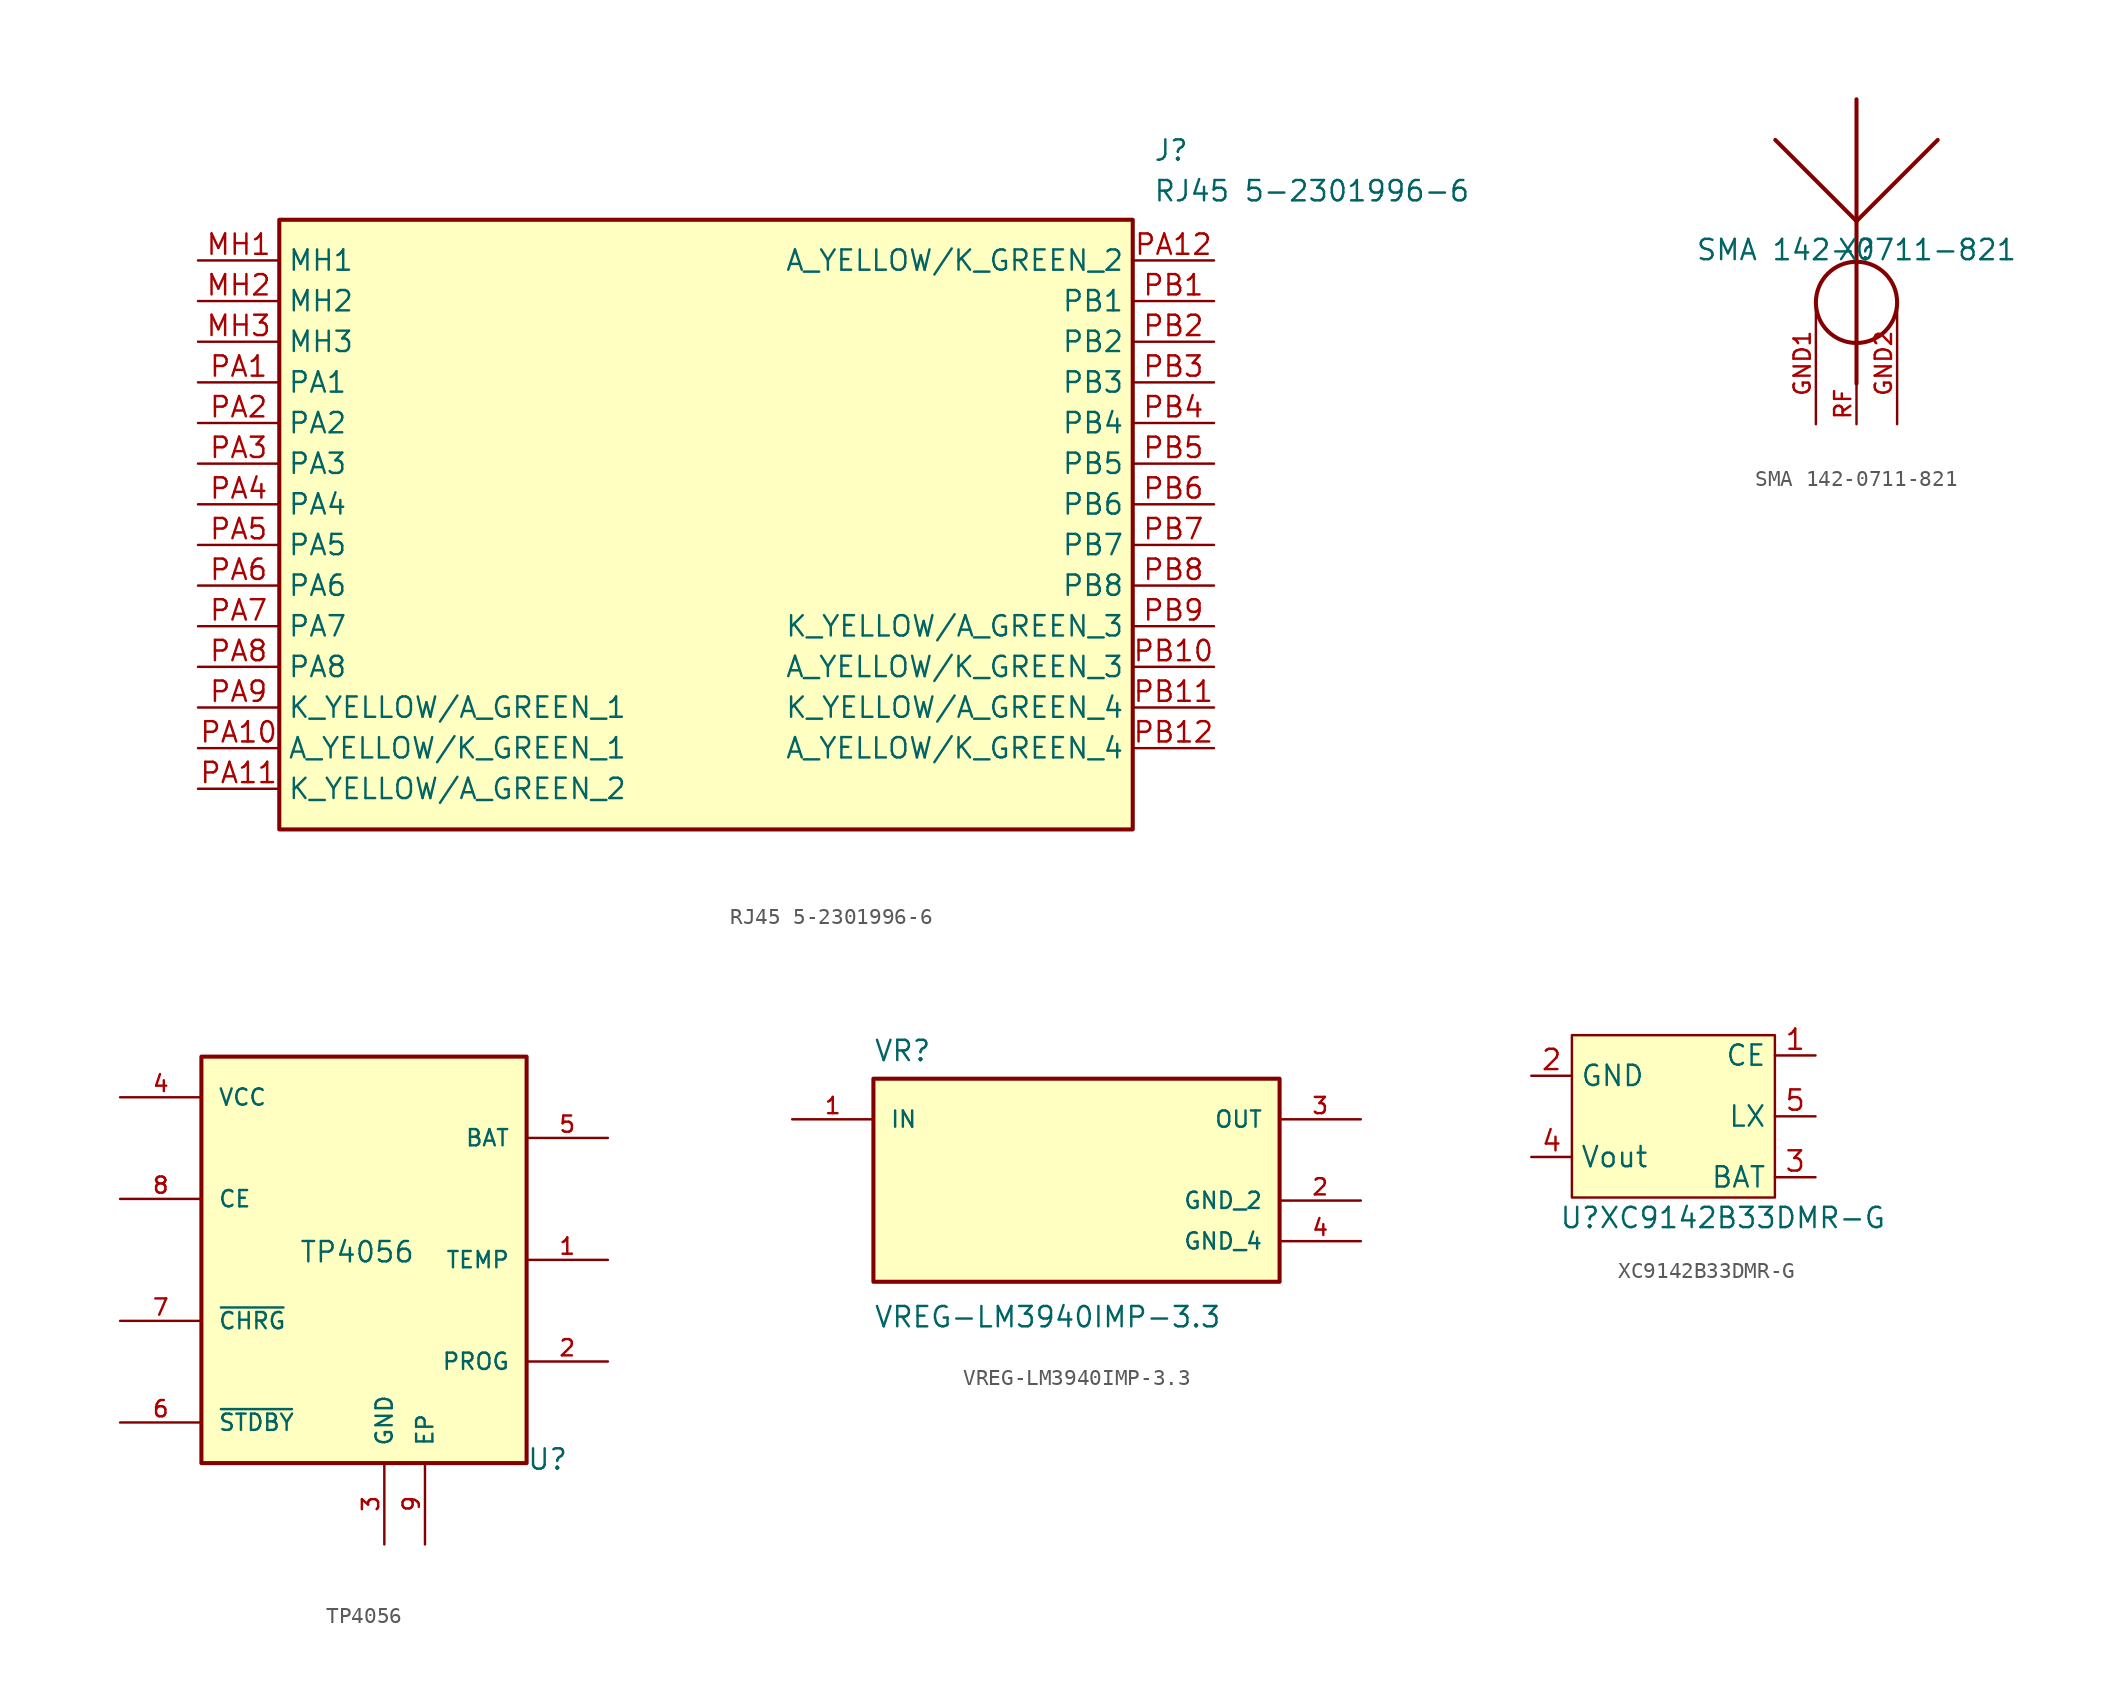
<source format=kicad_sym>
(kicad_symbol_lib
  (version 20231120)
  (generator "kicad_symbol_editor")
  (generator_version "8.0")
  (symbol "RJ45 5-2301996-6"
    (property "Reference" "J"
      (at 59.69 7.62 0)
      (effects (font (size 1.27 1.27)) (justify left top)))
    (property "Value" "RJ45 5-2301996-6"
      (at 59.69 5.08 0)
      (effects (font (size 1.27 1.27)) (justify left top)))
    (symbol "RJ45 5-2301996-6_1_1"
      (rectangle (start 5.08 2.54) (end 58.42 -35.56) (stroke (width 0.254) (type default)) (fill (type background)))
      (pin passive line (at 0 0 0) (length 5.08) (name "MH1" (effects (font (size 1.27 1.27)))) (number "MH1" (effects (font (size 1.27 1.27)))))
      (pin passive line (at 0 -2.54 0) (length 5.08) (name "MH2" (effects (font (size 1.27 1.27)))) (number "MH2" (effects (font (size 1.27 1.27)))))
      (pin passive line (at 0 -5.08 0) (length 5.08) (name "MH3" (effects (font (size 1.27 1.27)))) (number "MH3" (effects (font (size 1.27 1.27)))))
      (pin passive line (at 0 -7.62 0) (length 5.08) (name "PA1" (effects (font (size 1.27 1.27)))) (number "PA1" (effects (font (size 1.27 1.27)))))
      (pin passive line (at 0 -30.48 0) (length 5.08) (name "A_YELLOW/K_GREEN_1" (effects (font (size 1.27 1.27)))) (number "PA10" (effects (font (size 1.27 1.27)))))
      (pin passive line (at 0 -33.02 0) (length 5.08) (name "K_YELLOW/A_GREEN_2" (effects (font (size 1.27 1.27)))) (number "PA11" (effects (font (size 1.27 1.27)))))
      (pin passive line (at 63.5 0 180) (length 5.08) (name "A_YELLOW/K_GREEN_2" (effects (font (size 1.27 1.27)))) (number "PA12" (effects (font (size 1.27 1.27)))))
      (pin passive line (at 0 -10.16 0) (length 5.08) (name "PA2" (effects (font (size 1.27 1.27)))) (number "PA2" (effects (font (size 1.27 1.27)))))
      (pin passive line (at 0 -12.7 0) (length 5.08) (name "PA3" (effects (font (size 1.27 1.27)))) (number "PA3" (effects (font (size 1.27 1.27)))))
      (pin passive line (at 0 -15.24 0) (length 5.08) (name "PA4" (effects (font (size 1.27 1.27)))) (number "PA4" (effects (font (size 1.27 1.27)))))
      (pin passive line (at 0 -17.78 0) (length 5.08) (name "PA5" (effects (font (size 1.27 1.27)))) (number "PA5" (effects (font (size 1.27 1.27)))))
      (pin passive line (at 0 -20.32 0) (length 5.08) (name "PA6" (effects (font (size 1.27 1.27)))) (number "PA6" (effects (font (size 1.27 1.27)))))
      (pin passive line (at 0 -22.86 0) (length 5.08) (name "PA7" (effects (font (size 1.27 1.27)))) (number "PA7" (effects (font (size 1.27 1.27)))))
      (pin passive line (at 0 -25.4 0) (length 5.08) (name "PA8" (effects (font (size 1.27 1.27)))) (number "PA8" (effects (font (size 1.27 1.27)))))
      (pin passive line (at 0 -27.94 0) (length 5.08) (name "K_YELLOW/A_GREEN_1" (effects (font (size 1.27 1.27)))) (number "PA9" (effects (font (size 1.27 1.27)))))
      (pin passive line (at 63.5 -2.54 180) (length 5.08) (name "PB1" (effects (font (size 1.27 1.27)))) (number "PB1" (effects (font (size 1.27 1.27)))))
      (pin passive line (at 63.5 -25.4 180) (length 5.08) (name "A_YELLOW/K_GREEN_3" (effects (font (size 1.27 1.27)))) (number "PB10" (effects (font (size 1.27 1.27)))))
      (pin passive line (at 63.5 -27.94 180) (length 5.08) (name "K_YELLOW/A_GREEN_4" (effects (font (size 1.27 1.27)))) (number "PB11" (effects (font (size 1.27 1.27)))))
      (pin passive line (at 63.5 -30.48 180) (length 5.08) (name "A_YELLOW/K_GREEN_4" (effects (font (size 1.27 1.27)))) (number "PB12" (effects (font (size 1.27 1.27)))))
      (pin passive line (at 63.5 -5.08 180) (length 5.08) (name "PB2" (effects (font (size 1.27 1.27)))) (number "PB2" (effects (font (size 1.27 1.27)))))
      (pin passive line (at 63.5 -7.62 180) (length 5.08) (name "PB3" (effects (font (size 1.27 1.27)))) (number "PB3" (effects (font (size 1.27 1.27)))))
      (pin passive line (at 63.5 -10.16 180) (length 5.08) (name "PB4" (effects (font (size 1.27 1.27)))) (number "PB4" (effects (font (size 1.27 1.27)))))
      (pin passive line (at 63.5 -12.7 180) (length 5.08) (name "PB5" (effects (font (size 1.27 1.27)))) (number "PB5" (effects (font (size 1.27 1.27)))))
      (pin passive line (at 63.5 -15.24 180) (length 5.08) (name "PB6" (effects (font (size 1.27 1.27)))) (number "PB6" (effects (font (size 1.27 1.27)))))
      (pin passive line (at 63.5 -17.78 180) (length 5.08) (name "PB7" (effects (font (size 1.27 1.27)))) (number "PB7" (effects (font (size 1.27 1.27)))))
      (pin passive line (at 63.5 -20.32 180) (length 5.08) (name "PB8" (effects (font (size 1.27 1.27)))) (number "PB8" (effects (font (size 1.27 1.27)))))
      (pin passive line (at 63.5 -22.86 180) (length 5.08) (name "K_YELLOW/A_GREEN_3" (effects (font (size 1.27 1.27)))) (number "PB9" (effects (font (size 1.27 1.27)))))))
  (symbol "SMA 142-0711-821"
    (pin_names
      (offset 1.016))
    (property "Reference" "X"
      (at 0 0 0)
      (effects (font (size 1.27 1.27)) (justify bottom)))
    (property "Value" "SMA 142-0711-821"
      (at 0 0 0)
      (effects (font (size 1.27 1.27)) (justify bottom)))
    (symbol "SMA 142-0711-821_0_0"
      (circle (center 0 -2.54) (radius 2.54) (stroke (width 0.254) (type default)) (fill (type none)))
      (polyline (pts (xy 0 -7.62) (xy 0 2.54)) (stroke (width 0.254) (type default)) (fill (type none)))
      (polyline (pts (xy 0 2.54) (xy -5.08 7.62)) (stroke (width 0.254) (type default)) (fill (type none)))
      (polyline (pts (xy 0 2.54) (xy 0 10.16)) (stroke (width 0.254) (type default)) (fill (type none)))
      (polyline (pts (xy 0 2.54) (xy 5.08 7.62)) (stroke (width 0.254) (type default)) (fill (type none)))
      (pin bidirectional line (at -2.54 -10.16 90) (length 7.62) (name "~" (effects (font (size 1.016 1.016)))) (number "GND1" (effects (font (size 1.016 1.016)))))
      (pin bidirectional line (at 2.54 -10.16 90) (length 7.62) (name "~" (effects (font (size 1.016 1.016)))) (number "GND2" (effects (font (size 1.016 1.016)))))
      (pin bidirectional line (at 0 -10.16 90) (length 2.54) (name "~" (effects (font (size 1.016 1.016)))) (number "RF" (effects (font (size 1.016 1.016)))))))
  (symbol "TP4056"
    (pin_names
      (offset 1.016))
    (property "Reference" "U"
      (at 12.7 -10.668 0)
      (effects (font (size 1.27 1.27)) (justify left bottom)))
    (property "Value" "TP4056"
      (at -1.524 2.286 0)
      (effects (font (size 1.27 1.27)) (justify left bottom)))
    (symbol "TP4056_0_0"
      (rectangle (start -7.62 15.24) (end 12.7 -10.16) (stroke (width 0.254) (type default)) (fill (type background)))
      (pin input line (at 17.78 2.54 180) (length 5.08) (name "TEMP" (effects (font (size 1.016 1.016)))) (number "1" (effects (font (size 1.016 1.016)))))
      (pin bidirectional line (at 17.78 -3.81 180) (length 5.08) (name "PROG" (effects (font (size 1.016 1.016)))) (number "2" (effects (font (size 1.016 1.016)))))
      (pin power_in line (at 3.81 -15.24 90) (length 5.08) (name "GND" (effects (font (size 1.016 1.016)))) (number "3" (effects (font (size 1.016 1.016)))))
      (pin power_in line (at -12.7 12.7 0) (length 5.08) (name "VCC" (effects (font (size 1.016 1.016)))) (number "4" (effects (font (size 1.016 1.016)))))
      (pin output line (at 17.78 10.16 180) (length 5.08) (name "BAT" (effects (font (size 1.016 1.016)))) (number "5" (effects (font (size 1.016 1.016)))))
      (pin output line (at -12.7 -7.62 0) (length 5.08) (name "~{STDBY}" (effects (font (size 1.016 1.016)))) (number "6" (effects (font (size 1.016 1.016)))))
      (pin output line (at -12.7 -1.27 0) (length 5.08) (name "~{CHRG}" (effects (font (size 1.016 1.016)))) (number "7" (effects (font (size 1.016 1.016)))))
      (pin input line (at -12.7 6.35 0) (length 5.08) (name "CE" (effects (font (size 1.016 1.016)))) (number "8" (effects (font (size 1.016 1.016)))))
      (pin passive line (at 6.35 -15.24 90) (length 5.08) (name "EP" (effects (font (size 1.016 1.016)))) (number "9" (effects (font (size 1.016 1.016)))))))
  (symbol "VREG-LM3940IMP-3.3"
    (pin_names
      (offset 1.016))
    (property "Reference" "VR"
      (at -12.7 6.08 0)
      (effects (font (size 1.27 1.27)) (justify left bottom)))
    (property "Value" "VREG-LM3940IMP-3.3"
      (at -12.7 -9.08 0)
      (effects (font (size 1.27 1.27)) (justify left top)))
    (symbol "VREG-LM3940IMP-3.3_0_0"
      (rectangle (start -12.7 5.08) (end 12.7 -7.62) (stroke (width 0.254) (type default)) (fill (type background)))
      (pin input line (at -17.78 2.54 0) (length 5.08) (name "IN" (effects (font (size 1.016 1.016)))) (number "1" (effects (font (size 1.016 1.016)))))
      (pin power_in line (at 17.78 -2.54 180) (length 5.08) (name "GND_2" (effects (font (size 1.016 1.016)))) (number "2" (effects (font (size 1.016 1.016)))))
      (pin output line (at 17.78 2.54 180) (length 5.08) (name "OUT" (effects (font (size 1.016 1.016)))) (number "3" (effects (font (size 1.016 1.016)))))
      (pin power_in line (at 17.78 -5.08 180) (length 5.08) (name "GND_4" (effects (font (size 1.016 1.016)))) (number "4" (effects (font (size 1.016 1.016)))))))
  (symbol "XC9142B33DMR-G"
    (property "Reference" "U"
      (at -5.842 -6.35 0)
      (effects (font (size 1.27 1.27))))
    (property "Value" " XC9142B33DMR-G "
      (at 4.318 -6.35 0)
      (effects (font (size 1.27 1.27))))
    (symbol "XC9142B33DMR-G_1_1"
      (rectangle (start -6.35 5.08) (end 6.35 -5.08) (stroke (width 0) (type default)) (fill (type background)))
      (pin input line (at 8.89 3.81 180) (length 2.54) (name "CE" (effects (font (size 1.27 1.27)))) (number "1" (effects (font (size 1.27 1.27)))))
      (pin input line (at -8.89 2.54 0) (length 2.54) (name "GND" (effects (font (size 1.27 1.27)))) (number "2" (effects (font (size 1.27 1.27)))))
      (pin input line (at 8.89 -3.81 180) (length 2.54) (name "BAT" (effects (font (size 1.27 1.27)))) (number "3" (effects (font (size 1.27 1.27)))))
      (pin input line (at -8.89 -2.54 0) (length 2.54) (name "Vout" (effects (font (size 1.27 1.27)))) (number "4" (effects (font (size 1.27 1.27)))))
      (pin input line (at 8.89 0 180) (length 2.54) (name "LX" (effects (font (size 1.27 1.27)))) (number "5" (effects (font (size 1.27 1.27))))))))
</source>
